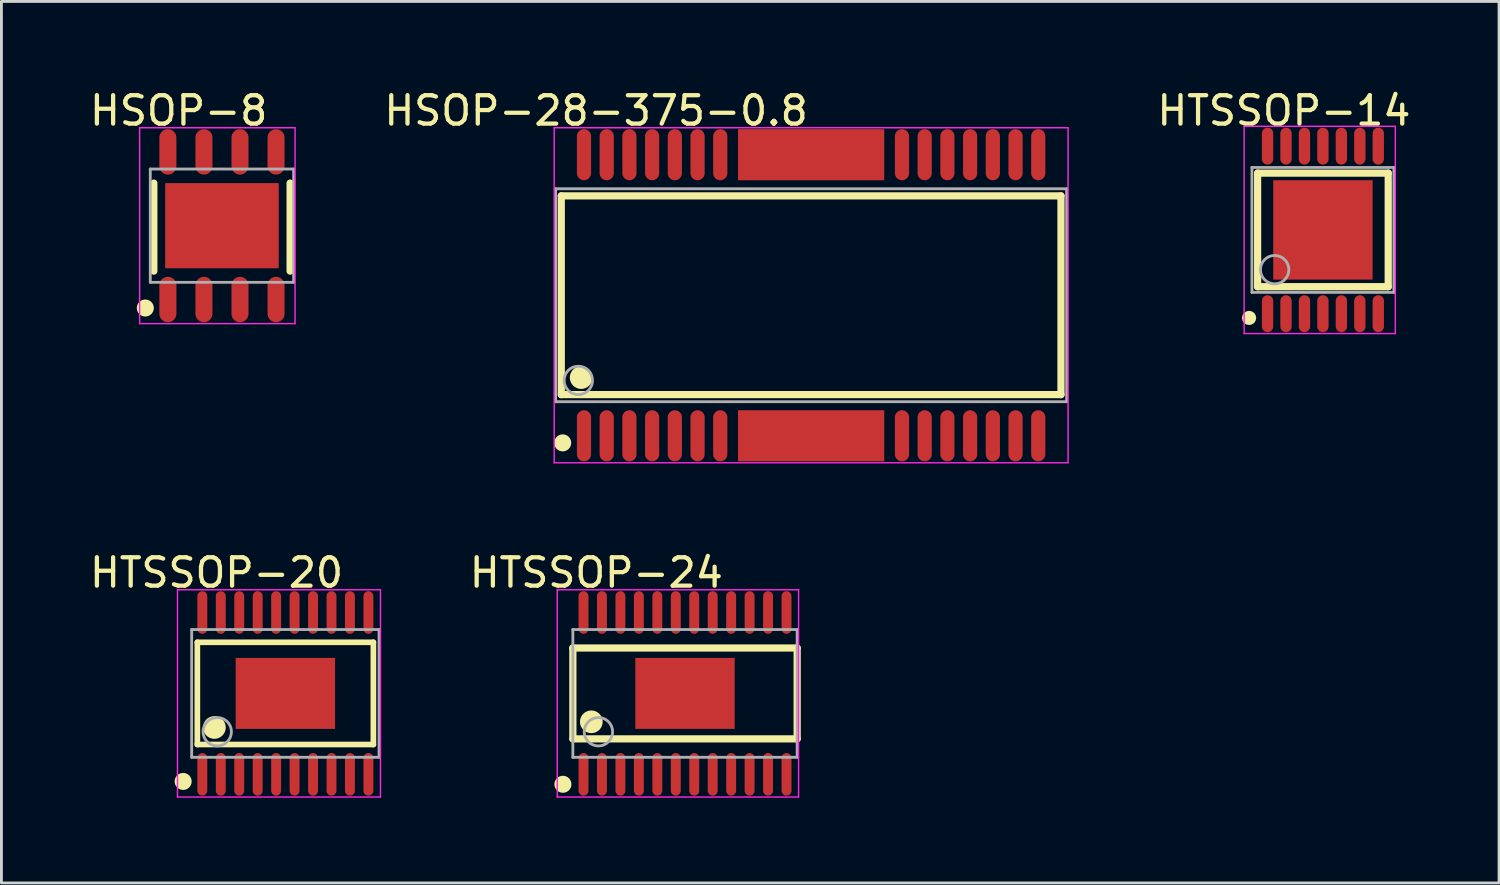
<source format=kicad_pcb>
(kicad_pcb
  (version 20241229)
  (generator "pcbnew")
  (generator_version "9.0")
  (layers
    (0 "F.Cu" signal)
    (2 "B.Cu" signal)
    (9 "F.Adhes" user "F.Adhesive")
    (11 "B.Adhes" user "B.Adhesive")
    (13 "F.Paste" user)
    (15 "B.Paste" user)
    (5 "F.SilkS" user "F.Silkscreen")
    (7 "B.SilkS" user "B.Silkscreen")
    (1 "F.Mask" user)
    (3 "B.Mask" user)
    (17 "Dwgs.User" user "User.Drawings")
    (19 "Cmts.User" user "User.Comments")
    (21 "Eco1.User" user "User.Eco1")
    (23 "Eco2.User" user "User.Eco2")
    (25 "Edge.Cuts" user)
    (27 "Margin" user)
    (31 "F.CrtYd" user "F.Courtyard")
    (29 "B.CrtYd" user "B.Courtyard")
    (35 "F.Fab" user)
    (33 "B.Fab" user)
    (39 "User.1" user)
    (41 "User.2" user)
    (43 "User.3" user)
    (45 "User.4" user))
  (footprint "HTSSOP-14"
    (layer "F.Cu")
    (at 43.545 5.048)
    (property "Reference" "HTSSOP-14" (at -1.374 -4.2 0) (layer "F.SilkS") (effects (font (size 1 1) (thickness 0.15))))
    (attr through_hole)
    (fp_line (start -2.3 -2) (end 2.3 -2) (stroke (width 0.254) (type solid)) (layer "F.SilkS"))
    (fp_line (start -2.3 2) (end -2.3 -2) (stroke (width 0.254) (type solid)) (layer "F.SilkS"))
    (fp_line (start -2.3 2) (end 2.3 2) (stroke (width 0.254) (type solid)) (layer "F.SilkS"))
    (fp_line (start 2.3 2) (end 2.3 -2) (stroke (width 0.254) (type solid)) (layer "F.SilkS"))
    (fp_circle (center -2.6 3.1) (end -2.475 3.1) (stroke (width 0.25) (type solid)) (fill no) (layer "F.SilkS"))
    (fp_line (start -2.775 -3.65) (end 2.55 -3.65) (stroke (width 0.05) (type solid)) (layer "F.CrtYd"))
    (fp_line (start -2.775 3.65) (end -2.775 -3.65) (stroke (width 0.05) (type solid)) (layer "F.CrtYd"))
    (fp_line (start 2.55 -3.65) (end 2.55 3.65) (stroke (width 0.05) (type solid)) (layer "F.CrtYd"))
    (fp_line (start 2.55 3.65) (end -2.775 3.65) (stroke (width 0.05) (type solid)) (layer "F.CrtYd"))
    (fp_line (start -2.5 -2.2) (end 2.5 -2.2) (stroke (width 0.1) (type solid)) (layer "F.Fab"))
    (fp_line (start -2.5 2.2) (end -2.5 -2.2) (stroke (width 0.1) (type solid)) (layer "F.Fab"))
    (fp_line (start -2.5 2.2) (end 2.5 2.2) (stroke (width 0.1) (type solid)) (layer "F.Fab"))
    (fp_line (start 2.5 2.2) (end 2.5 -2.2) (stroke (width 0.1) (type solid)) (layer "F.Fab"))
    (fp_circle (center -1.7 1.4) (end -1.2 1.4) (stroke (width 0.1) (type solid)) (fill no) (layer "F.Fab"))
    (pad "0" smd rect (at 0 0 90) (size 3.5 3.5) (layers "F.Cu" "F.Mask" "F.Paste"))
    (pad "1" smd oval (at -1.95 2.95 270) (size 1.3 0.4) (layers "F.Cu" "F.Mask" "F.Paste"))
    (pad "2" smd oval (at -1.3 2.95 270) (size 1.3 0.4) (layers "F.Cu" "F.Mask" "F.Paste"))
    (pad "3" smd oval (at -0.65 2.95 270) (size 1.3 0.4) (layers "F.Cu" "F.Mask" "F.Paste"))
    (pad "4" smd oval (at 0 2.95 270) (size 1.3 0.4) (layers "F.Cu" "F.Mask" "F.Paste"))
    (pad "5" smd oval (at 0.65 2.95 270) (size 1.3 0.4) (layers "F.Cu" "F.Mask" "F.Paste"))
    (pad "6" smd oval (at 1.3 2.95 270) (size 1.3 0.4) (layers "F.Cu" "F.Mask" "F.Paste"))
    (pad "7" smd oval (at 1.95 2.95 270) (size 1.3 0.4) (layers "F.Cu" "F.Mask" "F.Paste"))
    (pad "8" smd oval (at 1.95 -2.95 90) (size 1.3 0.4) (layers "F.Cu" "F.Mask" "F.Paste"))
    (pad "9" smd oval (at 1.3 -2.95 90) (size 1.3 0.4) (layers "F.Cu" "F.Mask" "F.Paste"))
    (pad "10" smd oval (at 0.65 -2.95 90) (size 1.3 0.4) (layers "F.Cu" "F.Mask" "F.Paste"))
    (pad "11" smd oval (at 0 -2.95 90) (size 1.3 0.4) (layers "F.Cu" "F.Mask" "F.Paste"))
    (pad "12" smd oval (at -0.65 -2.95 90) (size 1.3 0.4) (layers "F.Cu" "F.Mask" "F.Paste"))
    (pad "13" smd oval (at -1.3 -2.95 90) (size 1.3 0.4) (layers "F.Cu" "F.Mask" "F.Paste"))
    (pad "14" smd oval (at -1.95 -2.95 90) (size 1.3 0.4) (layers "F.Cu" "F.Mask" "F.Paste")))
  (footprint "HTSSOP-20"
    (layer "F.Cu")
    (at 7.001 21.373)
    (property "Reference" "HTSSOP-20" (at -2.424 -4.251 0) (layer "F.SilkS") (effects (font (size 1 1) (thickness 0.15))))
    (attr through_hole)
    (fp_line (start -3.1 -1.8) (end 3.1 -1.8) (stroke (width 0.2) (type solid)) (layer "F.SilkS"))
    (fp_line (start -3.1 1.8) (end -3.1 -1.8) (stroke (width 0.2) (type solid)) (layer "F.SilkS"))
    (fp_line (start -3.1 1.8) (end 3.1 1.8) (stroke (width 0.2) (type solid)) (layer "F.SilkS"))
    (fp_line (start 3.1 1.8) (end 3.1 -1.8) (stroke (width 0.2) (type solid)) (layer "F.SilkS"))
    (fp_circle (center -3.6 3.1) (end -3.45 3.1) (stroke (width 0.3) (type solid)) (fill no) (layer "F.SilkS"))
    (fp_circle (center -2.5 1.2) (end -2.3 1.2) (stroke (width 0.4) (type solid)) (fill no) (layer "F.SilkS"))
    (fp_line (start -3.8 -3.65) (end 3.35 -3.65) (stroke (width 0.05) (type solid)) (layer "F.CrtYd"))
    (fp_line (start -3.8 3.65) (end -3.8 -3.65) (stroke (width 0.05) (type solid)) (layer "F.CrtYd"))
    (fp_line (start 3.35 -3.65) (end 3.35 3.65) (stroke (width 0.05) (type solid)) (layer "F.CrtYd"))
    (fp_line (start 3.35 3.65) (end -3.8 3.65) (stroke (width 0.05) (type solid)) (layer "F.CrtYd"))
    (fp_line (start -3.3 -2.25) (end 3.3 -2.25) (stroke (width 0.1) (type solid)) (layer "F.Fab"))
    (fp_line (start -3.3 2.25) (end -3.3 -2.25) (stroke (width 0.1) (type solid)) (layer "F.Fab"))
    (fp_line (start -3.3 2.25) (end 3.3 2.25) (stroke (width 0.1) (type solid)) (layer "F.Fab"))
    (fp_line (start 3.3 2.25) (end 3.3 -2.25) (stroke (width 0.1) (type solid)) (layer "F.Fab"))
    (fp_circle (center -2.4 1.35) (end -1.9 1.35) (stroke (width 0.1) (type solid)) (fill no) (layer "F.Fab"))
    (pad "0" smd rect (at 0 0 90) (size 2.5 3.5) (layers "F.Cu" "F.Mask" "F.Paste"))
    (pad "1" smd oval (at -2.925 2.85 180) (size 0.35 1.5) (layers "F.Cu" "F.Mask" "F.Paste"))
    (pad "2" smd oval (at -2.275 2.85 180) (size 0.35 1.5) (layers "F.Cu" "F.Mask" "F.Paste"))
    (pad "3" smd oval (at -1.625 2.85 180) (size 0.35 1.5) (layers "F.Cu" "F.Mask" "F.Paste"))
    (pad "4" smd oval (at -0.975 2.85 180) (size 0.35 1.5) (layers "F.Cu" "F.Mask" "F.Paste"))
    (pad "5" smd oval (at -0.325 2.85 180) (size 0.35 1.5) (layers "F.Cu" "F.Mask" "F.Paste"))
    (pad "6" smd oval (at 0.325 2.85 180) (size 0.35 1.5) (layers "F.Cu" "F.Mask" "F.Paste"))
    (pad "7" smd oval (at 0.975 2.85 180) (size 0.35 1.5) (layers "F.Cu" "F.Mask" "F.Paste"))
    (pad "8" smd oval (at 1.625 2.85 180) (size 0.35 1.5) (layers "F.Cu" "F.Mask" "F.Paste"))
    (pad "9" smd oval (at 2.275 2.85 180) (size 0.35 1.5) (layers "F.Cu" "F.Mask" "F.Paste"))
    (pad "10" smd oval (at 2.925 2.85 180) (size 0.35 1.5) (layers "F.Cu" "F.Mask" "F.Paste"))
    (pad "11" smd oval (at 2.925 -2.85 180) (size 0.35 1.5) (layers "F.Cu" "F.Mask" "F.Paste"))
    (pad "12" smd oval (at 2.275 -2.85 180) (size 0.35 1.5) (layers "F.Cu" "F.Mask" "F.Paste"))
    (pad "13" smd oval (at 1.625 -2.85 180) (size 0.35 1.5) (layers "F.Cu" "F.Mask" "F.Paste"))
    (pad "14" smd oval (at 0.975 -2.85 180) (size 0.35 1.5) (layers "F.Cu" "F.Mask" "F.Paste"))
    (pad "15" smd oval (at 0.325 -2.85 180) (size 0.35 1.5) (layers "F.Cu" "F.Mask" "F.Paste"))
    (pad "16" smd oval (at -0.325 -2.85 180) (size 0.35 1.5) (layers "F.Cu" "F.Mask" "F.Paste"))
    (pad "17" smd oval (at -0.975 -2.85 180) (size 0.35 1.5) (layers "F.Cu" "F.Mask" "F.Paste"))
    (pad "18" smd oval (at -1.625 -2.85 180) (size 0.35 1.5) (layers "F.Cu" "F.Mask" "F.Paste"))
    (pad "19" smd oval (at -2.275 -2.85 180) (size 0.35 1.5) (layers "F.Cu" "F.Mask" "F.Paste"))
    (pad "20" smd oval (at -2.925 -2.85 180) (size 0.35 1.5) (layers "F.Cu" "F.Mask" "F.Paste")))
  (footprint "HSOP-28-375-0.8"
    (layer "F.Cu")
    (at 25.519 7.349)
    (property "Reference" "HSOP-28-375-0.8" (at -7.574 -6.501 0) (layer "F.SilkS") (effects (font (size 1 1) (thickness 0.15))))
    (attr through_hole)
    (fp_line (start -8.8 -3.5) (end 8.8 -3.5) (stroke (width 0.254) (type solid)) (layer "F.SilkS"))
    (fp_line (start -8.8 3.5) (end -8.8 -3.5) (stroke (width 0.254) (type solid)) (layer "F.SilkS"))
    (fp_line (start -8.8 3.5) (end 8.8 3.5) (stroke (width 0.254) (type solid)) (layer "F.SilkS"))
    (fp_line (start 8.8 3.5) (end 8.8 -3.5) (stroke (width 0.254) (type solid)) (layer "F.SilkS"))
    (fp_circle (center -8.75 5.2) (end -8.6 5.2) (stroke (width 0.3) (type solid)) (fill no) (layer "F.SilkS"))
    (fp_circle (center -8.1 2.9) (end -7.9 2.9) (stroke (width 0.4) (type solid)) (fill no) (layer "F.SilkS"))
    (fp_line (start -9.05 -5.9) (end 9.05 -5.9) (stroke (width 0.05) (type solid)) (layer "F.CrtYd"))
    (fp_line (start -9.05 5.9) (end -9.05 -5.9) (stroke (width 0.05) (type solid)) (layer "F.CrtYd"))
    (fp_line (start 9.05 -5.9) (end 9.05 5.9) (stroke (width 0.05) (type solid)) (layer "F.CrtYd"))
    (fp_line (start 9.05 5.9) (end -9.05 5.9) (stroke (width 0.05) (type solid)) (layer "F.CrtYd"))
    (fp_line (start -9 -3.75) (end 9 -3.75) (stroke (width 0.1) (type solid)) (layer "F.Fab"))
    (fp_line (start -9 3.75) (end -9 -3.75) (stroke (width 0.1) (type solid)) (layer "F.Fab"))
    (fp_line (start -9 3.75) (end 9 3.75) (stroke (width 0.1) (type solid)) (layer "F.Fab"))
    (fp_line (start 9 3.75) (end 9 -3.75) (stroke (width 0.1) (type solid)) (layer "F.Fab"))
    (fp_circle (center -8.2 3) (end -7.7 3) (stroke (width 0.1) (type solid)) (fill no) (layer "F.Fab"))
    (pad "0" smd rect (at 0 -4.95 180) (size 5.15 1.8) (layers "F.Cu" "F.Mask" "F.Paste"))
    (pad "0" smd rect (at 0 4.95 180) (size 5.15 1.8) (layers "F.Cu" "F.Mask" "F.Paste"))
    (pad "1" smd oval (at -8 4.95 180) (size 0.5 1.8) (layers "F.Cu" "F.Mask" "F.Paste"))
    (pad "2" smd oval (at -7.2 4.95 180) (size 0.5 1.8) (layers "F.Cu" "F.Mask" "F.Paste"))
    (pad "3" smd oval (at -6.4 4.95 180) (size 0.5 1.8) (layers "F.Cu" "F.Mask" "F.Paste"))
    (pad "4" smd oval (at -5.6 4.95 180) (size 0.5 1.8) (layers "F.Cu" "F.Mask" "F.Paste"))
    (pad "5" smd oval (at -4.8 4.95 180) (size 0.5 1.8) (layers "F.Cu" "F.Mask" "F.Paste"))
    (pad "6" smd oval (at -4 4.95 180) (size 0.5 1.8) (layers "F.Cu" "F.Mask" "F.Paste"))
    (pad "7" smd oval (at -3.2 4.95 180) (size 0.5 1.8) (layers "F.Cu" "F.Mask" "F.Paste"))
    (pad "8" smd oval (at 3.2 4.95 180) (size 0.5 1.8) (layers "F.Cu" "F.Mask" "F.Paste"))
    (pad "9" smd oval (at 4 4.95 180) (size 0.5 1.8) (layers "F.Cu" "F.Mask" "F.Paste"))
    (pad "10" smd oval (at 4.8 4.95 180) (size 0.5 1.8) (layers "F.Cu" "F.Mask" "F.Paste"))
    (pad "11" smd oval (at 5.6 4.95 180) (size 0.5 1.8) (layers "F.Cu" "F.Mask" "F.Paste"))
    (pad "12" smd oval (at 6.4 4.95 180) (size 0.5 1.8) (layers "F.Cu" "F.Mask" "F.Paste"))
    (pad "13" smd oval (at 7.2 4.95 180) (size 0.5 1.8) (layers "F.Cu" "F.Mask" "F.Paste"))
    (pad "14" smd oval (at 8 4.95 180) (size 0.5 1.8) (layers "F.Cu" "F.Mask" "F.Paste"))
    (pad "15" smd oval (at 8 -4.95) (size 0.5 1.8) (layers "F.Cu" "F.Mask" "F.Paste"))
    (pad "16" smd oval (at 7.2 -4.95) (size 0.5 1.8) (layers "F.Cu" "F.Mask" "F.Paste"))
    (pad "17" smd oval (at 6.4 -4.95) (size 0.5 1.8) (layers "F.Cu" "F.Mask" "F.Paste"))
    (pad "18" smd oval (at 5.6 -4.95) (size 0.5 1.8) (layers "F.Cu" "F.Mask" "F.Paste"))
    (pad "19" smd oval (at 4.8 -4.95) (size 0.5 1.8) (layers "F.Cu" "F.Mask" "F.Paste"))
    (pad "20" smd oval (at 4 -4.95) (size 0.5 1.8) (layers "F.Cu" "F.Mask" "F.Paste"))
    (pad "21" smd oval (at 3.2 -4.95) (size 0.5 1.8) (layers "F.Cu" "F.Mask" "F.Paste"))
    (pad "22" smd oval (at -3.2 -4.95 180) (size 0.5 1.8) (layers "F.Cu" "F.Mask" "F.Paste"))
    (pad "23" smd oval (at -4 -4.95 180) (size 0.5 1.8) (layers "F.Cu" "F.Mask" "F.Paste"))
    (pad "24" smd oval (at -4.8 -4.95 180) (size 0.5 1.8) (layers "F.Cu" "F.Mask" "F.Paste"))
    (pad "25" smd oval (at -5.6 -4.95 180) (size 0.5 1.8) (layers "F.Cu" "F.Mask" "F.Paste"))
    (pad "26" smd oval (at -6.4 -4.95 180) (size 0.5 1.8) (layers "F.Cu" "F.Mask" "F.Paste"))
    (pad "27" smd oval (at -7.2 -4.95 180) (size 0.5 1.8) (layers "F.Cu" "F.Mask" "F.Paste"))
    (pad "28" smd oval (at -8 -4.95 180) (size 0.5 1.8) (layers "F.Cu" "F.Mask" "F.Paste")))
  (footprint "HSOP-8"
    (layer "F.Cu")
    (at 4.768 4.899)
    (property "Reference" "HSOP-8" (at -1.524 -4.051 0) (layer "F.SilkS") (effects (font (size 1 1) (thickness 0.15))))
    (attr through_hole)
    (fp_line (start -2.4 1.6) (end -2.4 -1.5) (stroke (width 0.254) (type solid)) (layer "F.SilkS"))
    (fp_line (start 2.4 1.6) (end 2.4 -1.5) (stroke (width 0.254) (type solid)) (layer "F.SilkS"))
    (fp_circle (center -2.7 2.9) (end -2.55 2.9) (stroke (width 0.3) (type solid)) (fill no) (layer "F.SilkS"))
    (fp_line (start -2.9 -3.45) (end 2.575 -3.45) (stroke (width 0.05) (type solid)) (layer "F.CrtYd"))
    (fp_line (start -2.9 3.45) (end -2.9 -3.45) (stroke (width 0.05) (type solid)) (layer "F.CrtYd"))
    (fp_line (start 2.575 -3.45) (end 2.575 3.45) (stroke (width 0.05) (type solid)) (layer "F.CrtYd"))
    (fp_line (start 2.575 3.45) (end -2.9 3.45) (stroke (width 0.05) (type solid)) (layer "F.CrtYd"))
    (fp_line (start -2.525 -1.995) (end 2.525 -1.995) (stroke (width 0.1) (type solid)) (layer "F.Fab"))
    (fp_line (start -2.525 1.995) (end -2.525 -1.995) (stroke (width 0.1) (type solid)) (layer "F.Fab"))
    (fp_line (start -2.525 1.995) (end 2.525 1.995) (stroke (width 0.1) (type solid)) (layer "F.Fab"))
    (fp_line (start 2.525 1.995) (end 2.525 -1.995) (stroke (width 0.1) (type solid)) (layer "F.Fab"))
    (pad "0" smd rect (at 0 0 180) (size 4 3) (layers "F.Cu" "F.Mask" "F.Paste"))
    (pad "1" smd oval (at -1.905 2.6 180) (size 0.6 1.6) (layers "F.Cu" "F.Mask" "F.Paste"))
    (pad "2" smd oval (at -0.635 2.6 180) (size 0.6 1.6) (layers "F.Cu" "F.Mask" "F.Paste"))
    (pad "3" smd oval (at 0.635 2.6 180) (size 0.6 1.6) (layers "F.Cu" "F.Mask" "F.Paste"))
    (pad "4" smd oval (at 1.905 2.6 180) (size 0.6 1.6) (layers "F.Cu" "F.Mask" "F.Paste"))
    (pad "5" smd oval (at 1.905 -2.6 180) (size 0.6 1.6) (layers "F.Cu" "F.Mask" "F.Paste"))
    (pad "6" smd oval (at 0.635 -2.6 180) (size 0.6 1.6) (layers "F.Cu" "F.Mask" "F.Paste"))
    (pad "7" smd oval (at -0.635 -2.6 180) (size 0.6 1.6) (layers "F.Cu" "F.Mask" "F.Paste"))
    (pad "8" smd oval (at -1.905 -2.6 180) (size 0.6 1.6) (layers "F.Cu" "F.Mask" "F.Paste")))
  (footprint "HTSSOP-24"
    (layer "F.Cu")
    (at 21.077 21.373)
    (property "Reference" "HTSSOP-24" (at -3.124 -4.251 0) (layer "F.SilkS") (effects (font (size 1 1) (thickness 0.15))))
    (attr through_hole)
    (fp_line (start -3.95 -1.6) (end 3.95 -1.6) (stroke (width 0.254) (type solid)) (layer "F.SilkS"))
    (fp_line (start -3.95 1.6) (end -3.95 -1.6) (stroke (width 0.254) (type solid)) (layer "F.SilkS"))
    (fp_line (start -3.95 1.6) (end 3.95 1.6) (stroke (width 0.254) (type solid)) (layer "F.SilkS"))
    (fp_line (start 3.95 1.6) (end 3.95 -1.6) (stroke (width 0.254) (type solid)) (layer "F.SilkS"))
    (fp_circle (center -4.3 3.2) (end -4.15 3.2) (stroke (width 0.3) (type solid)) (fill no) (layer "F.SilkS"))
    (fp_circle (center -3.3 1) (end -3.1 1) (stroke (width 0.4) (type solid)) (fill no) (layer "F.SilkS"))
    (fp_line (start -4.5 -3.65) (end 4 -3.65) (stroke (width 0.05) (type solid)) (layer "F.CrtYd"))
    (fp_line (start -4.5 3.65) (end -4.5 -3.65) (stroke (width 0.05) (type solid)) (layer "F.CrtYd"))
    (fp_line (start 4 -3.65) (end 4 3.65) (stroke (width 0.05) (type solid)) (layer "F.CrtYd"))
    (fp_line (start 4 3.65) (end -4.5 3.65) (stroke (width 0.05) (type solid)) (layer "F.CrtYd"))
    (fp_line (start -3.95 -2.25) (end 3.95 -2.25) (stroke (width 0.1) (type solid)) (layer "F.Fab"))
    (fp_line (start -3.95 2.25) (end -3.95 -2.25) (stroke (width 0.1) (type solid)) (layer "F.Fab"))
    (fp_line (start -3.95 2.25) (end 3.95 2.25) (stroke (width 0.1) (type solid)) (layer "F.Fab"))
    (fp_line (start 3.95 2.25) (end 3.95 -2.25) (stroke (width 0.1) (type solid)) (layer "F.Fab"))
    (fp_circle (center -3.05 1.35) (end -2.55 1.35) (stroke (width 0.1) (type solid)) (fill no) (layer "F.Fab"))
    (pad "0" smd rect (at 0 0 90) (size 2.5 3.5) (layers "F.Cu" "F.Mask" "F.Paste"))
    (pad "1" smd oval (at -3.575 2.85 180) (size 0.35 1.5) (layers "F.Cu" "F.Mask" "F.Paste"))
    (pad "2" smd oval (at -2.925 2.85 180) (size 0.35 1.5) (layers "F.Cu" "F.Mask" "F.Paste"))
    (pad "3" smd oval (at -2.275 2.85 180) (size 0.35 1.5) (layers "F.Cu" "F.Mask" "F.Paste"))
    (pad "4" smd oval (at -1.625 2.85 180) (size 0.35 1.5) (layers "F.Cu" "F.Mask" "F.Paste"))
    (pad "5" smd oval (at -0.975 2.85 180) (size 0.35 1.5) (layers "F.Cu" "F.Mask" "F.Paste"))
    (pad "6" smd oval (at -0.325 2.85 180) (size 0.35 1.5) (layers "F.Cu" "F.Mask" "F.Paste"))
    (pad "7" smd oval (at 0.325 2.85 180) (size 0.35 1.5) (layers "F.Cu" "F.Mask" "F.Paste"))
    (pad "8" smd oval (at 0.975 2.85 180) (size 0.35 1.5) (layers "F.Cu" "F.Mask" "F.Paste"))
    (pad "9" smd oval (at 1.625 2.85 180) (size 0.35 1.5) (layers "F.Cu" "F.Mask" "F.Paste"))
    (pad "10" smd oval (at 2.275 2.85 180) (size 0.35 1.5) (layers "F.Cu" "F.Mask" "F.Paste"))
    (pad "11" smd oval (at 2.925 2.85 180) (size 0.35 1.5) (layers "F.Cu" "F.Mask" "F.Paste"))
    (pad "12" smd oval (at 3.575 2.85 180) (size 0.35 1.5) (layers "F.Cu" "F.Mask" "F.Paste"))
    (pad "13" smd oval (at 3.575 -2.85 180) (size 0.35 1.5) (layers "F.Cu" "F.Mask" "F.Paste"))
    (pad "14" smd oval (at 2.925 -2.85 180) (size 0.35 1.5) (layers "F.Cu" "F.Mask" "F.Paste"))
    (pad "15" smd oval (at 2.275 -2.85 180) (size 0.35 1.5) (layers "F.Cu" "F.Mask" "F.Paste"))
    (pad "16" smd oval (at 1.625 -2.85 180) (size 0.35 1.5) (layers "F.Cu" "F.Mask" "F.Paste"))
    (pad "17" smd oval (at 0.975 -2.85 180) (size 0.35 1.5) (layers "F.Cu" "F.Mask" "F.Paste"))
    (pad "18" smd oval (at 0.325 -2.85 180) (size 0.35 1.5) (layers "F.Cu" "F.Mask" "F.Paste"))
    (pad "19" smd oval (at -0.325 -2.85 180) (size 0.35 1.5) (layers "F.Cu" "F.Mask" "F.Paste"))
    (pad "20" smd oval (at -0.975 -2.85 180) (size 0.35 1.5) (layers "F.Cu" "F.Mask" "F.Paste"))
    (pad "21" smd oval (at -1.625 -2.85 180) (size 0.35 1.5) (layers "F.Cu" "F.Mask" "F.Paste"))
    (pad "22" smd oval (at -2.275 -2.85 180) (size 0.35 1.5) (layers "F.Cu" "F.Mask" "F.Paste"))
    (pad "23" smd oval (at -2.925 -2.85 180) (size 0.35 1.5) (layers "F.Cu" "F.Mask" "F.Paste"))
    (pad "24" smd oval (at -3.575 -2.85 180) (size 0.35 1.5) (layers "F.Cu" "F.Mask" "F.Paste")))
  (gr_rect
    (start -3 -3)
    (end 49.748 28.048)
    (stroke (width 0.1) (type default))
    (fill no)
    (layer "Edge.Cuts")))
</source>
